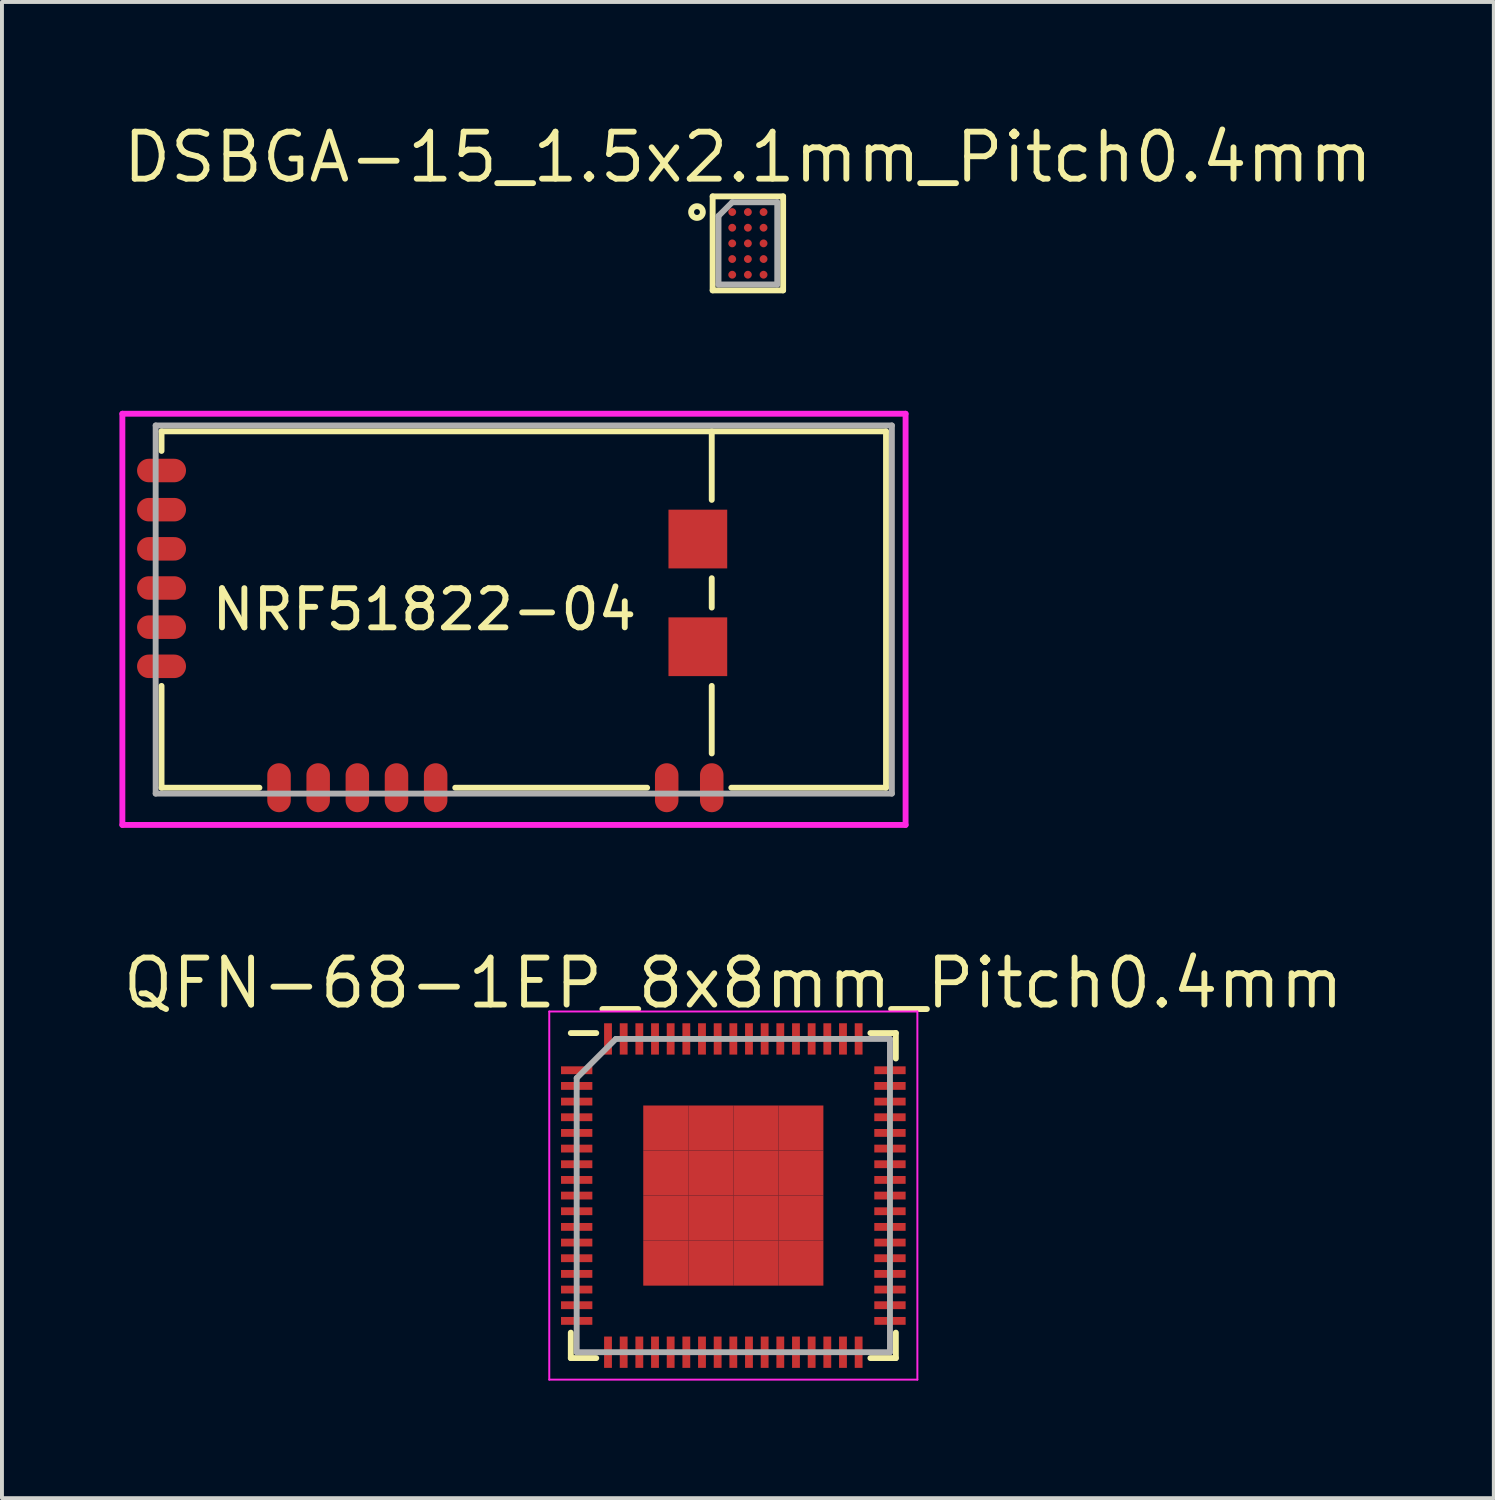
<source format=kicad_pcb>
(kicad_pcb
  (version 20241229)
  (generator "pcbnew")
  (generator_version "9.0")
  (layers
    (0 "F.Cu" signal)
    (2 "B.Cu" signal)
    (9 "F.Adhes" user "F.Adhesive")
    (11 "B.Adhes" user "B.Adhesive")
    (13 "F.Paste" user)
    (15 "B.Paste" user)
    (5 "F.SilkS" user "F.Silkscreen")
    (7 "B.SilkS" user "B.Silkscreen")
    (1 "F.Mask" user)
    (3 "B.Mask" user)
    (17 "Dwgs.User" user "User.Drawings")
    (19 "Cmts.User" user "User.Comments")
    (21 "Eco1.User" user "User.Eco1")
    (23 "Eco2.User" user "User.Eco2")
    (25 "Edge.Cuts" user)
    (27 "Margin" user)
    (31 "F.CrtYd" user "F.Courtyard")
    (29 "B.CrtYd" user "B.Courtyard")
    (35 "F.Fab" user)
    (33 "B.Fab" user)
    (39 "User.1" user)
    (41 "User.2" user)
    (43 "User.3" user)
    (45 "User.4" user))
  (footprint "DSBGA-15_1.5x2.1mm_Pitch0.4mm"
    (layer "F.Cu")
    (at 16.048 3.165)
    (property "Reference" "DSBGA-15_1.5x2.1mm_Pitch0.4mm" (at 0 -2.2 0) (layer "F.SilkS") (effects (font (size 1.2 1.2) (thickness 0.15))))
    (attr through_hole)
    (fp_line (start -0.9 -1.2) (end 0.9 -1.2) (stroke (width 0.15) (type solid)) (layer "F.SilkS"))
    (fp_line (start -0.9 1.2) (end -0.9 -1.2) (stroke (width 0.15) (type solid)) (layer "F.SilkS"))
    (fp_line (start 0.9 -1.2) (end 0.9 1.2) (stroke (width 0.15) (type solid)) (layer "F.SilkS"))
    (fp_line (start 0.9 1.2) (end -0.9 1.2) (stroke (width 0.15) (type solid)) (layer "F.SilkS"))
    (fp_circle (center -1.3 -0.8) (end -1.45 -0.8) (stroke (width 0.15) (type solid)) (fill no) (layer "F.SilkS"))
    (fp_line (start -0.75 -0.7) (end -0.75 1.05) (stroke (width 0.15) (type solid)) (layer "F.Fab"))
    (fp_line (start -0.75 1.05) (end 0.75 1.05) (stroke (width 0.15) (type solid)) (layer "F.Fab"))
    (fp_line (start -0.4 -1.05) (end -0.75 -0.7) (stroke (width 0.15) (type solid)) (layer "F.Fab"))
    (fp_line (start 0.75 -1.05) (end -0.4 -1.05) (stroke (width 0.15) (type solid)) (layer "F.Fab"))
    (fp_line (start 0.75 1.05) (end 0.75 -1.05) (stroke (width 0.15) (type solid)) (layer "F.Fab"))
    (pad "A1" smd circle (at -0.4 -0.8) (size 0.2 0.2) (layers "F.Cu" "F.Mask" "F.Paste"))
    (pad "A2" smd circle (at 0 -0.8) (size 0.2 0.2) (layers "F.Cu" "F.Mask" "F.Paste"))
    (pad "A3" smd circle (at 0.4 -0.8) (size 0.2 0.2) (layers "F.Cu" "F.Mask" "F.Paste"))
    (pad "B1" smd circle (at -0.4 -0.4) (size 0.2 0.2) (layers "F.Cu" "F.Mask" "F.Paste"))
    (pad "B2" smd circle (at 0 -0.4) (size 0.2 0.2) (layers "F.Cu" "F.Mask" "F.Paste"))
    (pad "B3" smd circle (at 0.4 -0.4) (size 0.2 0.2) (layers "F.Cu" "F.Mask" "F.Paste"))
    (pad "C1" smd circle (at -0.4 0) (size 0.2 0.2) (layers "F.Cu" "F.Mask" "F.Paste"))
    (pad "C2" smd circle (at 0 0) (size 0.2 0.2) (layers "F.Cu" "F.Mask" "F.Paste"))
    (pad "C3" smd circle (at 0.4 0) (size 0.2 0.2) (layers "F.Cu" "F.Mask" "F.Paste"))
    (pad "D1" smd circle (at -0.4 0.4) (size 0.2 0.2) (layers "F.Cu" "F.Mask" "F.Paste"))
    (pad "D2" smd circle (at 0 0.4) (size 0.2 0.2) (layers "F.Cu" "F.Mask" "F.Paste"))
    (pad "D3" smd circle (at 0.4 0.4) (size 0.2 0.2) (layers "F.Cu" "F.Mask" "F.Paste"))
    (pad "E1" smd circle (at -0.4 0.8) (size 0.2 0.2) (layers "F.Cu" "F.Mask" "F.Paste"))
    (pad "E2" smd circle (at 0 0.8) (size 0.2 0.2) (layers "F.Cu" "F.Mask" "F.Paste"))
    (pad "E3" smd circle (at 0.4 0.8) (size 0.2 0.2) (layers "F.Cu" "F.Mask" "F.Paste")))
  (footprint "NRF51822-04"
    (layer "F.Cu")
    (at 10.325 12.515)
    (property "Reference" "NRF51822-04" (at -2.54 0 180) (layer "F.SilkS") (effects (font (size 1 1) (thickness 0.15))))
    (attr through_hole)
    (fp_line (start -9.25 -4.55) (end -9.25 -4.05) (stroke (width 0.15) (type solid)) (layer "F.SilkS"))
    (fp_line (start -9.25 -4.55) (end 9.25 -4.55) (stroke (width 0.15) (type solid)) (layer "F.SilkS"))
    (fp_line (start -9.25 1.95) (end -9.25 4.55) (stroke (width 0.15) (type solid)) (layer "F.SilkS"))
    (fp_line (start -9.25 4.55) (end -6.75 4.55) (stroke (width 0.15) (type solid)) (layer "F.SilkS"))
    (fp_line (start -1.75 4.55) (end 3.15 4.55) (stroke (width 0.15) (type solid)) (layer "F.SilkS"))
    (fp_line (start 4.8 -4.55) (end 4.8 -2.8) (stroke (width 0.15) (type solid)) (layer "F.SilkS"))
    (fp_line (start 4.8 -0.8) (end 4.8 -0.05) (stroke (width 0.15) (type solid)) (layer "F.SilkS"))
    (fp_line (start 4.8 1.95) (end 4.8 3.675) (stroke (width 0.15) (type solid)) (layer "F.SilkS"))
    (fp_line (start 5.3 4.55) (end 9.25 4.55) (stroke (width 0.15) (type solid)) (layer "F.SilkS"))
    (fp_line (start 9.25 -4.55) (end 9.25 4.55) (stroke (width 0.15) (type solid)) (layer "F.SilkS"))
    (fp_line (start -10.25 -5) (end -10.25 5.5) (stroke (width 0.15) (type solid)) (layer "F.CrtYd"))
    (fp_line (start -10.25 5.5) (end 9.75 5.5) (stroke (width 0.15) (type solid)) (layer "F.CrtYd"))
    (fp_line (start 9.75 -5) (end -10.25 -5) (stroke (width 0.15) (type solid)) (layer "F.CrtYd"))
    (fp_line (start 9.75 5.5) (end 9.75 -5) (stroke (width 0.15) (type solid)) (layer "F.CrtYd"))
    (fp_line (start -9.4 -4.7) (end -9.4 4.7) (stroke (width 0.15) (type solid)) (layer "F.Fab"))
    (fp_line (start -9.4 -4.7) (end 9.4 -4.7) (stroke (width 0.15) (type solid)) (layer "F.Fab"))
    (fp_line (start -9.4 4.7) (end 9.4 4.7) (stroke (width 0.15) (type solid)) (layer "F.Fab"))
    (fp_line (start 9.4 -4.7) (end 9.4 4.7) (stroke (width 0.15) (type solid)) (layer "F.Fab"))
    (pad "1" smd oval (at -9.25 -3.55) (size 1.25 0.6) (layers "F.Cu" "F.Mask" "F.Paste"))
    (pad "2" smd oval (at -9.25 -2.55) (size 1.25 0.6) (layers "F.Cu" "F.Mask" "F.Paste"))
    (pad "3" smd oval (at -9.25 -1.55) (size 1.25 0.6) (layers "F.Cu" "F.Mask" "F.Paste"))
    (pad "4" smd oval (at -9.25 -0.55) (size 1.25 0.6) (layers "F.Cu" "F.Mask" "F.Paste"))
    (pad "5" smd oval (at -9.25 0.45) (size 1.25 0.6) (layers "F.Cu" "F.Mask" "F.Paste"))
    (pad "6" smd oval (at -9.25 1.45) (size 1.25 0.6) (layers "F.Cu" "F.Mask" "F.Paste"))
    (pad "7" smd oval (at -6.25 4.55 90) (size 1.25 0.6) (layers "F.Cu" "F.Mask" "F.Paste"))
    (pad "8" smd oval (at -5.25 4.55 90) (size 1.25 0.6) (layers "F.Cu" "F.Mask" "F.Paste"))
    (pad "9" smd oval (at -4.25 4.55 90) (size 1.25 0.6) (layers "F.Cu" "F.Mask" "F.Paste"))
    (pad "10" smd oval (at -3.25 4.55 90) (size 1.25 0.6) (layers "F.Cu" "F.Mask" "F.Paste"))
    (pad "11" smd oval (at -2.25 4.55 90) (size 1.25 0.6) (layers "F.Cu" "F.Mask" "F.Paste"))
    (pad "12" smd oval (at 3.65 4.55 90) (size 1.25 0.6) (layers "F.Cu" "F.Mask" "F.Paste"))
    (pad "13" smd oval (at 4.8 4.55 90) (size 1.25 0.6) (layers "F.Cu" "F.Mask" "F.Paste"))
    (pad "14" smd rect (at 4.445 0.95) (size 1.5 1.5) (layers "F.Cu" "F.Mask" "F.Paste"))
    (pad "15" smd rect (at 4.445 -1.8) (size 1.5 1.5) (layers "F.Cu" "F.Mask" "F.Paste")))
  (footprint "QFN-68-1EP_8x8mm_Pitch0.4mm"
    (layer "F.Cu")
    (at 15.676 27.48)
    (property "Reference" "QFN-68-1EP_8x8mm_Pitch0.4mm" (at 0 -5.425 0) (layer "F.SilkS") (effects (font (size 1.2 1.2) (thickness 0.15))))
    (attr through_hole)
    (fp_line (start -4.15 -4.15) (end -3.5 -4.15) (stroke (width 0.15) (type solid)) (layer "F.SilkS"))
    (fp_line (start -4.15 4.15) (end -4.15 3.5) (stroke (width 0.15) (type solid)) (layer "F.SilkS"))
    (fp_line (start -3.5 4.15) (end -4.15 4.15) (stroke (width 0.15) (type solid)) (layer "F.SilkS"))
    (fp_line (start 3.5 -4.15) (end 4.15 -4.15) (stroke (width 0.15) (type solid)) (layer "F.SilkS"))
    (fp_line (start 3.5 4.15) (end 4.15 4.15) (stroke (width 0.15) (type solid)) (layer "F.SilkS"))
    (fp_line (start 4.15 -4.15) (end 4.15 -3.5) (stroke (width 0.15) (type solid)) (layer "F.SilkS"))
    (fp_line (start 4.15 4.15) (end 4.15 3.5) (stroke (width 0.15) (type solid)) (layer "F.SilkS"))
    (fp_line (start -4.7 -4.7) (end 4.7 -4.7) (stroke (width 0.05) (type solid)) (layer "F.CrtYd"))
    (fp_line (start -4.7 4.7) (end -4.7 -4.7) (stroke (width 0.05) (type solid)) (layer "F.CrtYd"))
    (fp_line (start 4.7 -4.7) (end 4.7 4.7) (stroke (width 0.05) (type solid)) (layer "F.CrtYd"))
    (fp_line (start 4.7 4.7) (end -4.7 4.7) (stroke (width 0.05) (type solid)) (layer "F.CrtYd"))
    (fp_line (start -4 -3) (end -3 -4) (stroke (width 0.15) (type solid)) (layer "F.Fab"))
    (fp_line (start -4 4) (end -4 -3) (stroke (width 0.15) (type solid)) (layer "F.Fab"))
    (fp_line (start -3 -4) (end 4 -4) (stroke (width 0.15) (type solid)) (layer "F.Fab"))
    (fp_line (start 4 -4) (end 4 4) (stroke (width 0.15) (type solid)) (layer "F.Fab"))
    (fp_line (start 4 4) (end -4 4) (stroke (width 0.15) (type solid)) (layer "F.Fab"))
    (pad "1" smd rect (at -4 -3.2 90) (size 0.2 0.8) (layers "F.Cu" "F.Mask" "F.Paste"))
    (pad "2" smd rect (at -4 -2.8 90) (size 0.2 0.8) (layers "F.Cu" "F.Mask" "F.Paste"))
    (pad "3" smd rect (at -4 -2.4 90) (size 0.2 0.8) (layers "F.Cu" "F.Mask" "F.Paste"))
    (pad "4" smd rect (at -4 -2 90) (size 0.2 0.8) (layers "F.Cu" "F.Mask" "F.Paste"))
    (pad "5" smd rect (at -4 -1.6 90) (size 0.2 0.8) (layers "F.Cu" "F.Mask" "F.Paste"))
    (pad "6" smd rect (at -4 -1.2 90) (size 0.2 0.8) (layers "F.Cu" "F.Mask" "F.Paste"))
    (pad "7" smd rect (at -4 -0.8 90) (size 0.2 0.8) (layers "F.Cu" "F.Mask" "F.Paste"))
    (pad "8" smd rect (at -4 -0.4 90) (size 0.2 0.8) (layers "F.Cu" "F.Mask" "F.Paste"))
    (pad "9" smd rect (at -4 0 90) (size 0.2 0.8) (layers "F.Cu" "F.Mask" "F.Paste"))
    (pad "10" smd rect (at -4 0.4 90) (size 0.2 0.8) (layers "F.Cu" "F.Mask" "F.Paste"))
    (pad "11" smd rect (at -4 0.8 90) (size 0.2 0.8) (layers "F.Cu" "F.Mask" "F.Paste"))
    (pad "12" smd rect (at -4 1.2 90) (size 0.2 0.8) (layers "F.Cu" "F.Mask" "F.Paste"))
    (pad "13" smd rect (at -4 1.6 90) (size 0.2 0.8) (layers "F.Cu" "F.Mask" "F.Paste"))
    (pad "14" smd rect (at -4 2 90) (size 0.2 0.8) (layers "F.Cu" "F.Mask" "F.Paste"))
    (pad "15" smd rect (at -4 2.4 90) (size 0.2 0.8) (layers "F.Cu" "F.Mask" "F.Paste"))
    (pad "16" smd rect (at -4 2.8 90) (size 0.2 0.8) (layers "F.Cu" "F.Mask" "F.Paste"))
    (pad "17" smd rect (at -4 3.2 90) (size 0.2 0.8) (layers "F.Cu" "F.Mask" "F.Paste"))
    (pad "18" smd rect (at -3.2 4) (size 0.2 0.8) (layers "F.Cu" "F.Mask" "F.Paste"))
    (pad "19" smd rect (at -2.8 4) (size 0.2 0.8) (layers "F.Cu" "F.Mask" "F.Paste"))
    (pad "20" smd rect (at -2.4 4) (size 0.2 0.8) (layers "F.Cu" "F.Mask" "F.Paste"))
    (pad "21" smd rect (at -2 4) (size 0.2 0.8) (layers "F.Cu" "F.Mask" "F.Paste"))
    (pad "22" smd rect (at -1.6 4) (size 0.2 0.8) (layers "F.Cu" "F.Mask" "F.Paste"))
    (pad "23" smd rect (at -1.2 4) (size 0.2 0.8) (layers "F.Cu" "F.Mask" "F.Paste"))
    (pad "24" smd rect (at -0.8 4) (size 0.2 0.8) (layers "F.Cu" "F.Mask" "F.Paste"))
    (pad "25" smd rect (at -0.4 4) (size 0.2 0.8) (layers "F.Cu" "F.Mask" "F.Paste"))
    (pad "26" smd rect (at 0 4) (size 0.2 0.8) (layers "F.Cu" "F.Mask" "F.Paste"))
    (pad "27" smd rect (at 0.4 4) (size 0.2 0.8) (layers "F.Cu" "F.Mask" "F.Paste"))
    (pad "28" smd rect (at 0.8 4) (size 0.2 0.8) (layers "F.Cu" "F.Mask" "F.Paste"))
    (pad "29" smd rect (at 1.2 4) (size 0.2 0.8) (layers "F.Cu" "F.Mask" "F.Paste"))
    (pad "30" smd rect (at 1.6 4) (size 0.2 0.8) (layers "F.Cu" "F.Mask" "F.Paste"))
    (pad "31" smd rect (at 2 4) (size 0.2 0.8) (layers "F.Cu" "F.Mask" "F.Paste"))
    (pad "32" smd rect (at 2.4 4) (size 0.2 0.8) (layers "F.Cu" "F.Mask" "F.Paste"))
    (pad "33" smd rect (at 2.8 4) (size 0.2 0.8) (layers "F.Cu" "F.Mask" "F.Paste"))
    (pad "34" smd rect (at 3.2 4) (size 0.2 0.8) (layers "F.Cu" "F.Mask" "F.Paste"))
    (pad "35" smd rect (at 4 3.2 90) (size 0.2 0.8) (layers "F.Cu" "F.Mask" "F.Paste"))
    (pad "36" smd rect (at 4 2.8 90) (size 0.2 0.8) (layers "F.Cu" "F.Mask" "F.Paste"))
    (pad "37" smd rect (at 4 2.4 90) (size 0.2 0.8) (layers "F.Cu" "F.Mask" "F.Paste"))
    (pad "38" smd rect (at 4 2 90) (size 0.2 0.8) (layers "F.Cu" "F.Mask" "F.Paste"))
    (pad "39" smd rect (at 4 1.6 90) (size 0.2 0.8) (layers "F.Cu" "F.Mask" "F.Paste"))
    (pad "40" smd rect (at 4 1.2 90) (size 0.2 0.8) (layers "F.Cu" "F.Mask" "F.Paste"))
    (pad "41" smd rect (at 4 0.8 90) (size 0.2 0.8) (layers "F.Cu" "F.Mask" "F.Paste"))
    (pad "42" smd rect (at 4 0.4 90) (size 0.2 0.8) (layers "F.Cu" "F.Mask" "F.Paste"))
    (pad "43" smd rect (at 4 0 90) (size 0.2 0.8) (layers "F.Cu" "F.Mask" "F.Paste"))
    (pad "44" smd rect (at 4 -0.4 90) (size 0.2 0.8) (layers "F.Cu" "F.Mask" "F.Paste"))
    (pad "45" smd rect (at 4 -0.8 90) (size 0.2 0.8) (layers "F.Cu" "F.Mask" "F.Paste"))
    (pad "46" smd rect (at 4 -1.2 90) (size 0.2 0.8) (layers "F.Cu" "F.Mask" "F.Paste"))
    (pad "47" smd rect (at 4 -1.6 90) (size 0.2 0.8) (layers "F.Cu" "F.Mask" "F.Paste"))
    (pad "48" smd rect (at 4 -2 90) (size 0.2 0.8) (layers "F.Cu" "F.Mask" "F.Paste"))
    (pad "49" smd rect (at 4 -2.4 90) (size 0.2 0.8) (layers "F.Cu" "F.Mask" "F.Paste"))
    (pad "50" smd rect (at 4 -2.8 90) (size 0.2 0.8) (layers "F.Cu" "F.Mask" "F.Paste"))
    (pad "51" smd rect (at 4 -3.2 90) (size 0.2 0.8) (layers "F.Cu" "F.Mask" "F.Paste"))
    (pad "52" smd rect (at 3.2 -4) (size 0.2 0.8) (layers "F.Cu" "F.Mask" "F.Paste"))
    (pad "53" smd rect (at 2.8 -4) (size 0.2 0.8) (layers "F.Cu" "F.Mask" "F.Paste"))
    (pad "54" smd rect (at 2.4 -4) (size 0.2 0.8) (layers "F.Cu" "F.Mask" "F.Paste"))
    (pad "55" smd rect (at 2 -4) (size 0.2 0.8) (layers "F.Cu" "F.Mask" "F.Paste"))
    (pad "56" smd rect (at 1.6 -4) (size 0.2 0.8) (layers "F.Cu" "F.Mask" "F.Paste"))
    (pad "57" smd rect (at 1.2 -4) (size 0.2 0.8) (layers "F.Cu" "F.Mask" "F.Paste"))
    (pad "58" smd rect (at 0.8 -4) (size 0.2 0.8) (layers "F.Cu" "F.Mask" "F.Paste"))
    (pad "59" smd rect (at 0.4 -4) (size 0.2 0.8) (layers "F.Cu" "F.Mask" "F.Paste"))
    (pad "60" smd rect (at 0 -4) (size 0.2 0.8) (layers "F.Cu" "F.Mask" "F.Paste"))
    (pad "61" smd rect (at -0.4 -4) (size 0.2 0.8) (layers "F.Cu" "F.Mask" "F.Paste"))
    (pad "62" smd rect (at -0.8 -4) (size 0.2 0.8) (layers "F.Cu" "F.Mask" "F.Paste"))
    (pad "63" smd rect (at -1.2 -4) (size 0.2 0.8) (layers "F.Cu" "F.Mask" "F.Paste"))
    (pad "64" smd rect (at -1.6 -4) (size 0.2 0.8) (layers "F.Cu" "F.Mask" "F.Paste"))
    (pad "65" smd rect (at -2 -4) (size 0.2 0.8) (layers "F.Cu" "F.Mask" "F.Paste"))
    (pad "66" smd rect (at -2.4 -4) (size 0.2 0.8) (layers "F.Cu" "F.Mask" "F.Paste"))
    (pad "67" smd rect (at -2.8 -4) (size 0.2 0.8) (layers "F.Cu" "F.Mask" "F.Paste"))
    (pad "68" smd rect (at -3.2 -4) (size 0.2 0.8) (layers "F.Cu" "F.Mask" "F.Paste"))
    (pad "69" smd rect (at -1.725 -1.725) (size 1.15 1.15) (layers "F.Cu" "F.Mask" "F.Paste"))
    (pad "69" smd rect (at -1.725 -0.575) (size 1.15 1.15) (layers "F.Cu" "F.Mask" "F.Paste"))
    (pad "69" smd rect (at -1.725 0.575) (size 1.15 1.15) (layers "F.Cu" "F.Mask" "F.Paste"))
    (pad "69" smd rect (at -1.725 1.725) (size 1.15 1.15) (layers "F.Cu" "F.Mask" "F.Paste"))
    (pad "69" smd rect (at -0.575 -1.725) (size 1.15 1.15) (layers "F.Cu" "F.Mask" "F.Paste"))
    (pad "69" smd rect (at -0.575 -0.575) (size 1.15 1.15) (layers "F.Cu" "F.Mask" "F.Paste"))
    (pad "69" smd rect (at -0.575 0.575) (size 1.15 1.15) (layers "F.Cu" "F.Mask" "F.Paste"))
    (pad "69" smd rect (at -0.575 1.725) (size 1.15 1.15) (layers "F.Cu" "F.Mask" "F.Paste"))
    (pad "69" smd rect (at 0.575 -1.725) (size 1.15 1.15) (layers "F.Cu" "F.Mask" "F.Paste"))
    (pad "69" smd rect (at 0.575 -0.575) (size 1.15 1.15) (layers "F.Cu" "F.Mask" "F.Paste"))
    (pad "69" smd rect (at 0.575 0.575) (size 1.15 1.15) (layers "F.Cu" "F.Mask" "F.Paste"))
    (pad "69" smd rect (at 0.575 1.725) (size 1.15 1.15) (layers "F.Cu" "F.Mask" "F.Paste"))
    (pad "69" smd rect (at 1.725 -1.725) (size 1.15 1.15) (layers "F.Cu" "F.Mask" "F.Paste"))
    (pad "69" smd rect (at 1.725 -0.575) (size 1.15 1.15) (layers "F.Cu" "F.Mask" "F.Paste"))
    (pad "69" smd rect (at 1.725 0.575) (size 1.15 1.15) (layers "F.Cu" "F.Mask" "F.Paste"))
    (pad "69" smd rect (at 1.725 1.725) (size 1.15 1.15) (layers "F.Cu" "F.Mask" "F.Paste")))
  (gr_rect
    (start -3 -3)
    (end 35.096 35.206)
    (stroke (width 0.1) (type default))
    (fill no)
    (layer "Edge.Cuts")))
</source>
